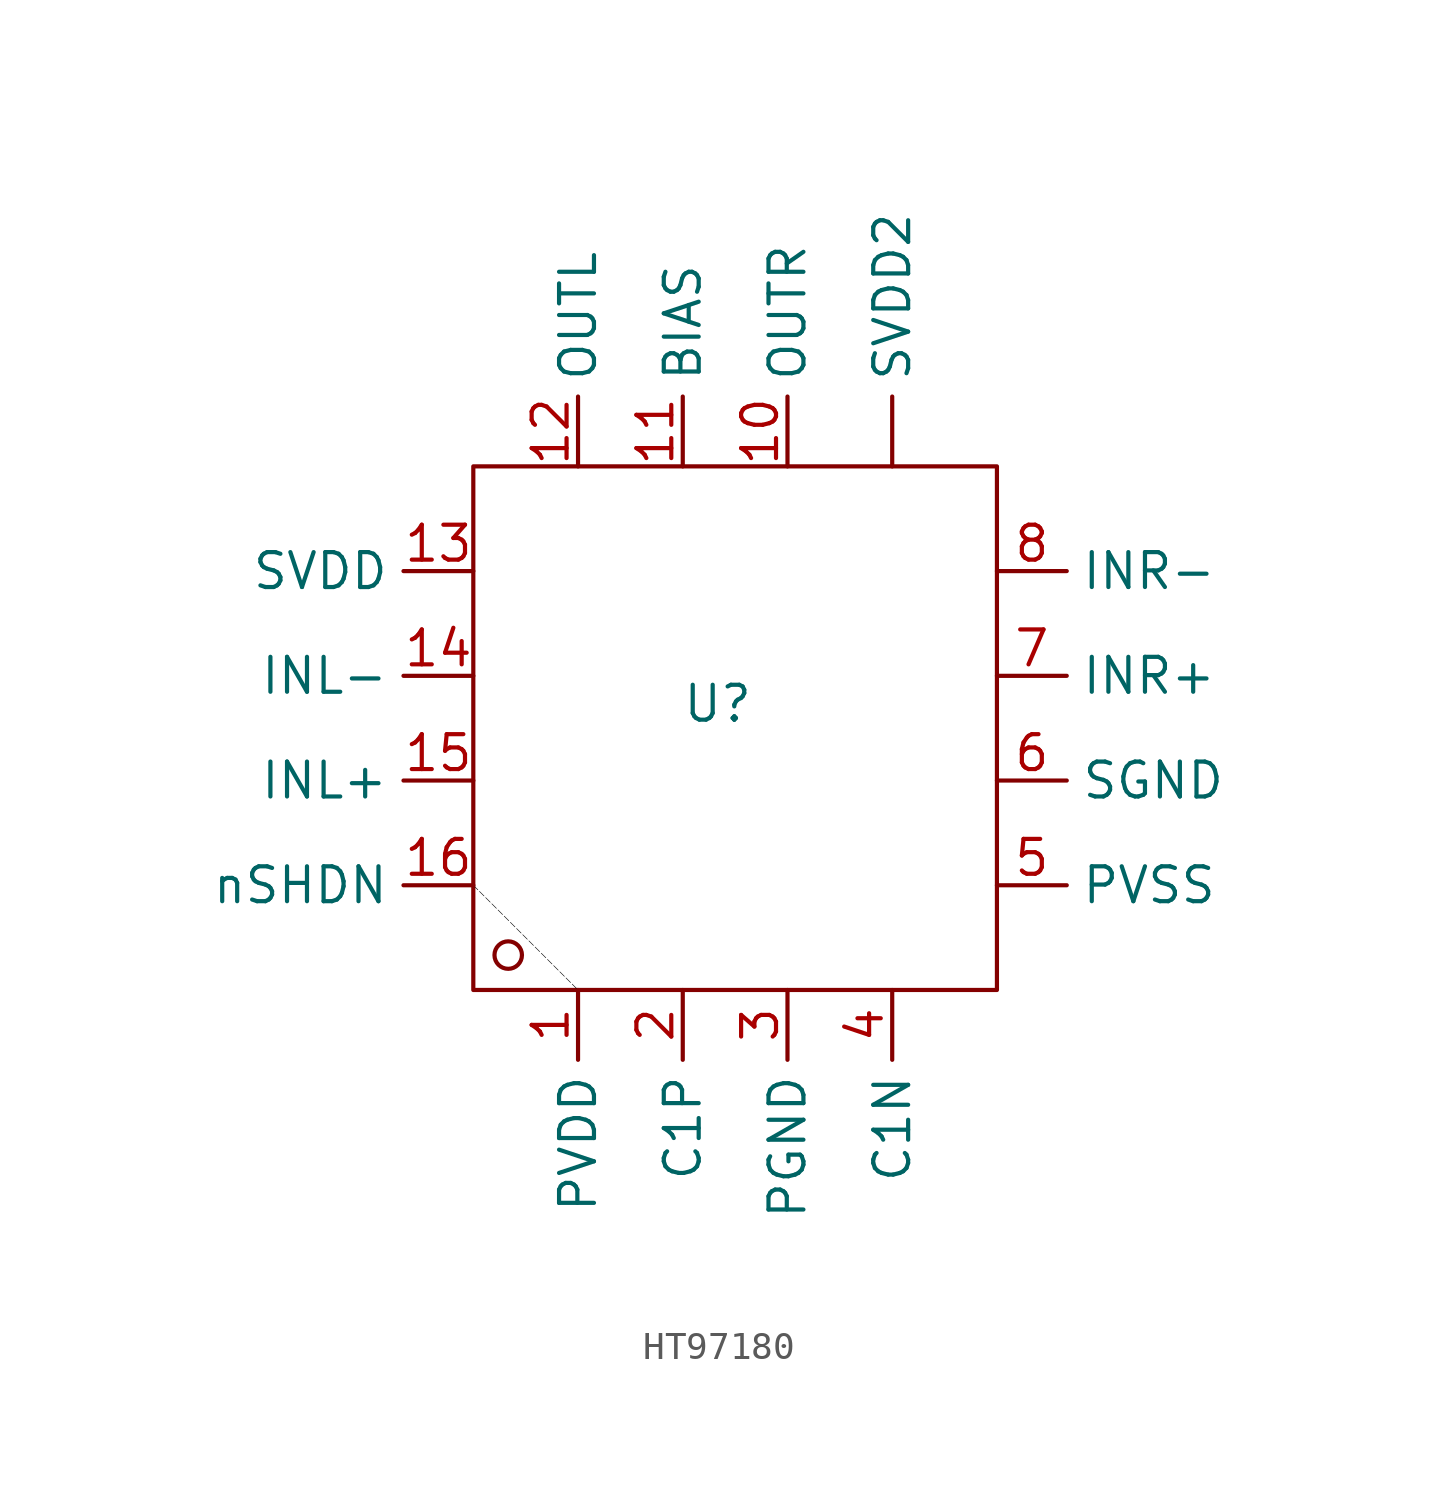
<source format=kicad_sym>
(kicad_symbol_lib
  (version 20241209)
  (generator "kicad_symbol_editor")
  (generator_version "9.0")
  (symbol "HT97180"
    (property "Reference" "U"
      (at 0 0.254 0)
      (effects (font (size 1.27 1.27))))
    (property "Value" ""
      (at 0 16.51 0)
      (effects (font (size 1.27 1.27))))
    (symbol "HT97180_0_1"
      (rectangle (start -8.89 8.89) (end 10.16 -10.16) (stroke (width 0) (type default)) (fill (type none)))
      (polyline (pts (xy -8.89 -6.35) (xy -5.08 -10.16)) (stroke (width 0.01) (type dash) (color 0 0 0 1)) (fill (type none)))
      (circle (center -7.62 -8.89) (radius 0.5) (stroke (width 0) (type default)) (fill (type none))))
    (symbol "HT97180_1_1"
      (pin input line (at -8.89 5.08 180) (length 2.54) (name "SVDD" (effects (font (size 1.27 1.27)))) (number "13" (effects (font (size 1.27 1.27)))))
      (pin input line (at -8.89 1.27 180) (length 2.54) (name "INL-" (effects (font (size 1.27 1.27)))) (number "14" (effects (font (size 1.27 1.27)))))
      (pin input line (at -8.89 -2.54 180) (length 2.54) (name "INL+" (effects (font (size 1.27 1.27)))) (number "15" (effects (font (size 1.27 1.27)))))
      (pin input line (at -8.89 -6.35 180) (length 2.54) (name "nSHDN" (effects (font (size 1.27 1.27)))) (number "16" (effects (font (size 1.27 1.27)))))
      (pin input line (at -5.08 8.89 90) (length 2.54) (name "OUTL" (effects (font (size 1.27 1.27)))) (number "12" (effects (font (size 1.27 1.27)))))
      (pin input line (at -5.08 -10.16 270) (length 2.54) (name "PVDD" (effects (font (size 1.27 1.27)))) (number "1" (effects (font (size 1.27 1.27)))))
      (pin input line (at -1.27 8.89 90) (length 2.54) (name "BIAS" (effects (font (size 1.27 1.27)))) (number "11" (effects (font (size 1.27 1.27)))))
      (pin input line (at -1.27 -10.16 270) (length 2.54) (name "C1P" (effects (font (size 1.27 1.27)))) (number "2" (effects (font (size 1.27 1.27)))))
      (pin input line (at 2.54 8.89 90) (length 2.54) (name "OUTR" (effects (font (size 1.27 1.27)))) (number "10" (effects (font (size 1.27 1.27)))))
      (pin input line (at 2.54 -10.16 270) (length 2.54) (name "PGND" (effects (font (size 1.27 1.27)))) (number "3" (effects (font (size 1.27 1.27)))))
      (pin input line (at 6.35 8.89 90) (length 2.54) (name "SVDD2" (effects (font (size 1.27 1.27)))) (number "" (effects (font (size 1.27 1.27)))))
      (pin input line (at 6.35 -10.16 270) (length 2.54) (name "C1N" (effects (font (size 1.27 1.27)))) (number "4" (effects (font (size 1.27 1.27)))))
      (pin input line (at 10.16 5.08 0) (length 2.54) (name "INR-" (effects (font (size 1.27 1.27)))) (number "8" (effects (font (size 1.27 1.27)))))
      (pin input line (at 10.16 1.27 0) (length 2.54) (name "INR+" (effects (font (size 1.27 1.27)))) (number "7" (effects (font (size 1.27 1.27)))))
      (pin input line (at 10.16 -2.54 0) (length 2.54) (name "SGND" (effects (font (size 1.27 1.27)))) (number "6" (effects (font (size 1.27 1.27)))))
      (pin input line (at 10.16 -6.35 0) (length 2.54) (name "PVSS" (effects (font (size 1.27 1.27)))) (number "5" (effects (font (size 1.27 1.27))))))))
</source>
